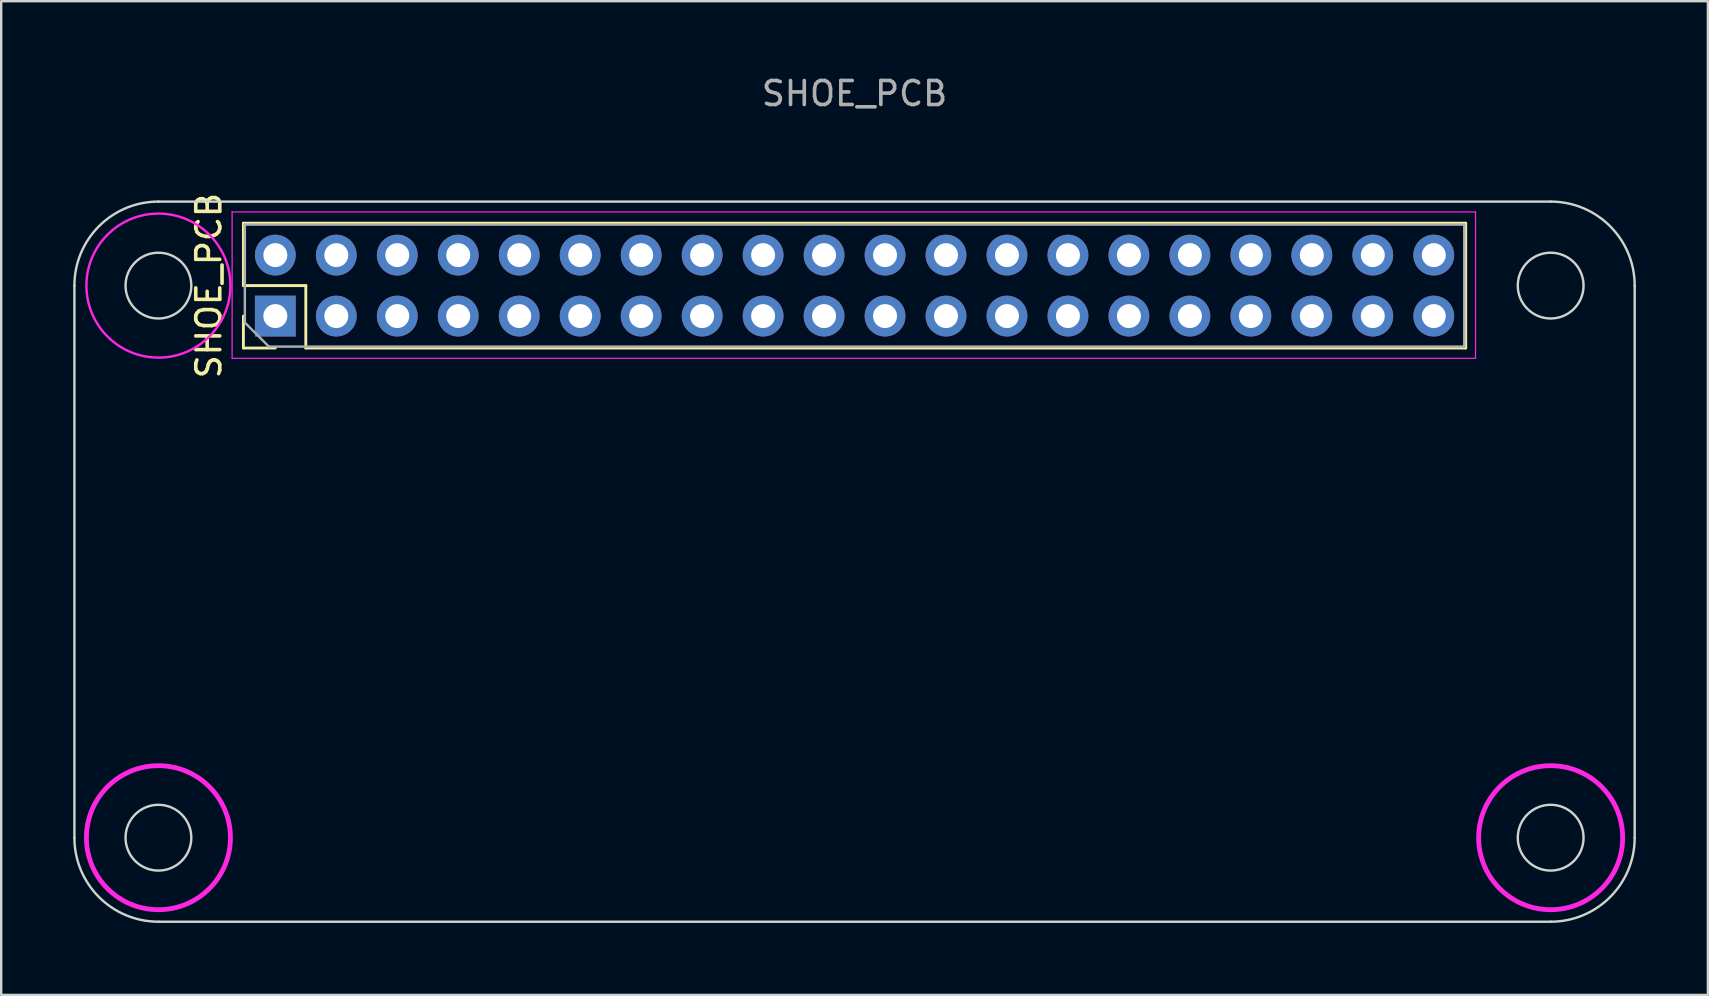
<source format=kicad_pcb>
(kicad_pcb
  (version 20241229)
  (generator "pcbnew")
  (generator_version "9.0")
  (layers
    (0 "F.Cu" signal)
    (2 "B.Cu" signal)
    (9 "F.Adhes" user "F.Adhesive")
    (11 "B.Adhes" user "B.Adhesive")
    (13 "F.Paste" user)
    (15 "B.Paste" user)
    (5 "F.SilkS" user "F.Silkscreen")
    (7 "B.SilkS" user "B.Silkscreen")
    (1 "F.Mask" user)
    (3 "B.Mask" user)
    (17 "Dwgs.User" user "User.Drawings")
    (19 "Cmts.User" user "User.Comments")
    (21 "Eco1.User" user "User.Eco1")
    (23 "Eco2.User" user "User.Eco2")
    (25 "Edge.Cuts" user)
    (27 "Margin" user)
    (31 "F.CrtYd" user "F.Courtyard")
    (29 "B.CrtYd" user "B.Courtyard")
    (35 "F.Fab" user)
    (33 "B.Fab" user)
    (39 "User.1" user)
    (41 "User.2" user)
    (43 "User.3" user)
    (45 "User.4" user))
  (footprint "SHOE_PCB"
    (layer "F.Cu")
    (at 32.55 8.848)
    (property "Reference" "SHOE_PCB" (at -26.9 0 270) (layer "F.SilkS") (effects (font (size 1 1) (thickness 0.15))))
    (attr through_hole)
    (fp_line (start -25.46 -2.6) (end -25.46 0) (stroke (width 0.12) (type solid)) (layer "F.SilkS"))
    (fp_line (start -25.46 -2.6) (end 25.46 -2.6) (stroke (width 0.12) (type solid)) (layer "F.SilkS"))
    (fp_line (start -25.46 0) (end -22.86 0) (stroke (width 0.12) (type solid)) (layer "F.SilkS"))
    (fp_line (start -25.46 1.27) (end -25.46 2.6) (stroke (width 0.12) (type solid)) (layer "F.SilkS"))
    (fp_line (start -25.46 2.6) (end -24.13 2.6) (stroke (width 0.12) (type solid)) (layer "F.SilkS"))
    (fp_line (start -22.86 0) (end -22.86 2.6) (stroke (width 0.12) (type solid)) (layer "F.SilkS"))
    (fp_line (start -22.86 2.6) (end 25.46 2.6) (stroke (width 0.12) (type solid)) (layer "F.SilkS"))
    (fp_line (start 25.46 -2.6) (end 25.46 2.6) (stroke (width 0.12) (type solid)) (layer "F.SilkS"))
    (fp_line (start -32.5 0) (end -32.5 23) (stroke (width 0.1) (type default)) (layer "Edge.Cuts"))
    (fp_line (start -29 -3.5) (end 29 -3.5) (stroke (width 0.1) (type default)) (layer "Edge.Cuts"))
    (fp_line (start 29 26.5) (end -29 26.5) (stroke (width 0.1) (type default)) (layer "Edge.Cuts"))
    (fp_line (start 32.5 0) (end 32.5 23) (stroke (width 0.1) (type default)) (layer "Edge.Cuts"))
    (fp_arc (start -32.5 0) (mid -31.474873 -2.474873) (end -29 -3.5) (stroke (width 0.1) (type default)) (layer "Edge.Cuts"))
    (fp_arc (start -29 26.5) (mid -31.474873 25.474873) (end -32.5 23) (stroke (width 0.1) (type default)) (layer "Edge.Cuts"))
    (fp_arc (start 29 -3.5) (mid 31.474873 -2.474874) (end 32.5 0) (stroke (width 0.1) (type default)) (layer "Edge.Cuts"))
    (fp_arc (start 32.5 23) (mid 31.474874 25.474873) (end 29 26.5) (stroke (width 0.1) (type default)) (layer "Edge.Cuts"))
    (fp_circle (center -29 0) (end -27.63 0) (stroke (width 0.1) (type solid)) (fill no) (layer "Edge.Cuts"))
    (fp_circle (center -29 23) (end -27.63 23) (stroke (width 0.1) (type default)) (fill no) (layer "Edge.Cuts"))
    (fp_circle (center 29 0) (end 30.37 0) (stroke (width 0.1) (type solid)) (fill no) (layer "Edge.Cuts"))
    (fp_circle (center 29 23) (end 30.37 23) (stroke (width 0.1) (type default)) (fill no) (layer "Edge.Cuts"))
    (fp_circle (center -29 0) (end -26 0) (stroke (width 0.1) (type solid)) (fill no) (layer "Margin"))
    (fp_circle (center -29 23) (end -26 23) (stroke (width 0.2) (type solid)) (fill no) (layer "Margin"))
    (fp_circle (center 29 0) (end 32 0) (stroke (width 0.2) (type solid)) (fill no) (layer "Margin"))
    (fp_circle (center 29 23) (end 32 23) (stroke (width 0.2) (type solid)) (fill no) (layer "Margin"))
    (fp_line (start -25.93 -3.07) (end -25.93 3.03) (stroke (width 0.05) (type solid)) (layer "F.CrtYd"))
    (fp_line (start -25.93 3.03) (end 25.87 3.03) (stroke (width 0.05) (type solid)) (layer "F.CrtYd"))
    (fp_line (start 25.87 -3.07) (end -25.93 -3.07) (stroke (width 0.05) (type solid)) (layer "F.CrtYd"))
    (fp_line (start 25.87 3.03) (end 25.87 -3.07) (stroke (width 0.05) (type solid)) (layer "F.CrtYd"))
    (fp_circle (center -29 0) (end -26 0) (stroke (width 0.1) (type solid)) (fill no) (layer "F.CrtYd"))
    (fp_circle (center -29 23) (end -26 23) (stroke (width 0.2) (type solid)) (fill no) (layer "F.CrtYd"))
    (fp_circle (center 29 23) (end 32 23) (stroke (width 0.2) (type solid)) (fill no) (layer "F.CrtYd"))
    (fp_line (start -25.4 -2.54) (end -25.4 1.54) (stroke (width 0.1) (type solid)) (layer "F.Fab"))
    (fp_line (start -25.4 1.54) (end -24.4 2.54) (stroke (width 0.1) (type solid)) (layer "F.Fab"))
    (fp_line (start -24.4 2.54) (end 25.4 2.54) (stroke (width 0.1) (type solid)) (layer "F.Fab"))
    (fp_line (start 25.4 -2.54) (end -25.4 -2.54) (stroke (width 0.1) (type solid)) (layer "F.Fab"))
    (fp_line (start 25.4 2.54) (end 25.4 -2.54) (stroke (width 0.1) (type solid)) (layer "F.Fab"))
    (fp_text user "${REFERENCE}" (at 0 -8 180) (layer "F.Fab") (effects (font (size 1 1) (thickness 0.15))))
    (pad "1" thru_hole rect (at -24.13 1.27 270) (size 1.7 1.7) (drill 1) (layers "*.Cu" "*.Mask"))
    (pad "2" thru_hole oval (at -24.13 -1.27 270) (size 1.7 1.7) (drill 1) (layers "*.Cu" "*.Mask"))
    (pad "3" thru_hole oval (at -21.59 1.27 270) (size 1.7 1.7) (drill 1) (layers "*.Cu" "*.Mask"))
    (pad "4" thru_hole oval (at -21.59 -1.27 270) (size 1.7 1.7) (drill 1) (layers "*.Cu" "*.Mask"))
    (pad "5" thru_hole oval (at -19.05 1.27 270) (size 1.7 1.7) (drill 1) (layers "*.Cu" "*.Mask"))
    (pad "6" thru_hole oval (at -19.05 -1.27 270) (size 1.7 1.7) (drill 1) (layers "*.Cu" "*.Mask"))
    (pad "7" thru_hole oval (at -16.51 1.27 270) (size 1.7 1.7) (drill 1) (layers "*.Cu" "*.Mask"))
    (pad "8" thru_hole oval (at -16.51 -1.27 270) (size 1.7 1.7) (drill 1) (layers "*.Cu" "*.Mask"))
    (pad "9" thru_hole oval (at -13.97 1.27 270) (size 1.7 1.7) (drill 1) (layers "*.Cu" "*.Mask"))
    (pad "10" thru_hole oval (at -13.97 -1.27 270) (size 1.7 1.7) (drill 1) (layers "*.Cu" "*.Mask"))
    (pad "11" thru_hole oval (at -11.43 1.27 270) (size 1.7 1.7) (drill 1) (layers "*.Cu" "*.Mask"))
    (pad "12" thru_hole oval (at -11.43 -1.27 270) (size 1.7 1.7) (drill 1) (layers "*.Cu" "*.Mask"))
    (pad "13" thru_hole oval (at -8.89 1.27 270) (size 1.7 1.7) (drill 1) (layers "*.Cu" "*.Mask"))
    (pad "14" thru_hole oval (at -8.89 -1.27 270) (size 1.7 1.7) (drill 1) (layers "*.Cu" "*.Mask"))
    (pad "15" thru_hole oval (at -6.35 1.27 270) (size 1.7 1.7) (drill 1) (layers "*.Cu" "*.Mask"))
    (pad "16" thru_hole oval (at -6.35 -1.27 270) (size 1.7 1.7) (drill 1) (layers "*.Cu" "*.Mask"))
    (pad "17" thru_hole oval (at -3.81 1.27 270) (size 1.7 1.7) (drill 1) (layers "*.Cu" "*.Mask"))
    (pad "18" thru_hole oval (at -3.81 -1.27 270) (size 1.7 1.7) (drill 1) (layers "*.Cu" "*.Mask"))
    (pad "19" thru_hole oval (at -1.27 1.27 270) (size 1.7 1.7) (drill 1) (layers "*.Cu" "*.Mask"))
    (pad "20" thru_hole oval (at -1.27 -1.27 270) (size 1.7 1.7) (drill 1) (layers "*.Cu" "*.Mask"))
    (pad "21" thru_hole oval (at 1.27 1.27 270) (size 1.7 1.7) (drill 1) (layers "*.Cu" "*.Mask"))
    (pad "22" thru_hole oval (at 1.27 -1.27 270) (size 1.7 1.7) (drill 1) (layers "*.Cu" "*.Mask"))
    (pad "23" thru_hole oval (at 3.81 1.27 270) (size 1.7 1.7) (drill 1) (layers "*.Cu" "*.Mask"))
    (pad "24" thru_hole oval (at 3.81 -1.27 270) (size 1.7 1.7) (drill 1) (layers "*.Cu" "*.Mask"))
    (pad "25" thru_hole oval (at 6.35 1.27 270) (size 1.7 1.7) (drill 1) (layers "*.Cu" "*.Mask"))
    (pad "26" thru_hole oval (at 6.35 -1.27 270) (size 1.7 1.7) (drill 1) (layers "*.Cu" "*.Mask"))
    (pad "27" thru_hole oval (at 8.89 1.27 270) (size 1.7 1.7) (drill 1) (layers "*.Cu" "*.Mask"))
    (pad "28" thru_hole oval (at 8.89 -1.27 270) (size 1.7 1.7) (drill 1) (layers "*.Cu" "*.Mask"))
    (pad "29" thru_hole oval (at 11.43 1.27 270) (size 1.7 1.7) (drill 1) (layers "*.Cu" "*.Mask"))
    (pad "30" thru_hole oval (at 11.43 -1.27 270) (size 1.7 1.7) (drill 1) (layers "*.Cu" "*.Mask"))
    (pad "31" thru_hole oval (at 13.97 1.27 270) (size 1.7 1.7) (drill 1) (layers "*.Cu" "*.Mask"))
    (pad "32" thru_hole oval (at 13.97 -1.27 270) (size 1.7 1.7) (drill 1) (layers "*.Cu" "*.Mask"))
    (pad "33" thru_hole oval (at 16.51 1.27 270) (size 1.7 1.7) (drill 1) (layers "*.Cu" "*.Mask"))
    (pad "34" thru_hole oval (at 16.51 -1.27 270) (size 1.7 1.7) (drill 1) (layers "*.Cu" "*.Mask"))
    (pad "35" thru_hole oval (at 19.05 1.27 270) (size 1.7 1.7) (drill 1) (layers "*.Cu" "*.Mask"))
    (pad "36" thru_hole oval (at 19.05 -1.27 270) (size 1.7 1.7) (drill 1) (layers "*.Cu" "*.Mask"))
    (pad "37" thru_hole oval (at 21.59 1.27 270) (size 1.7 1.7) (drill 1) (layers "*.Cu" "*.Mask"))
    (pad "38" thru_hole oval (at 21.59 -1.27 270) (size 1.7 1.7) (drill 1) (layers "*.Cu" "*.Mask"))
    (pad "39" thru_hole oval (at 24.13 1.27 270) (size 1.7 1.7) (drill 1) (layers "*.Cu" "*.Mask"))
    (pad "40" thru_hole oval (at 24.13 -1.27 270) (size 1.7 1.7) (drill 1) (layers "*.Cu" "*.Mask")))
  (gr_rect
    (start -3 -3)
    (end 68.1 38.398)
    (stroke (width 0.1) (type default))
    (fill no)
    (layer "Edge.Cuts")))
</source>
